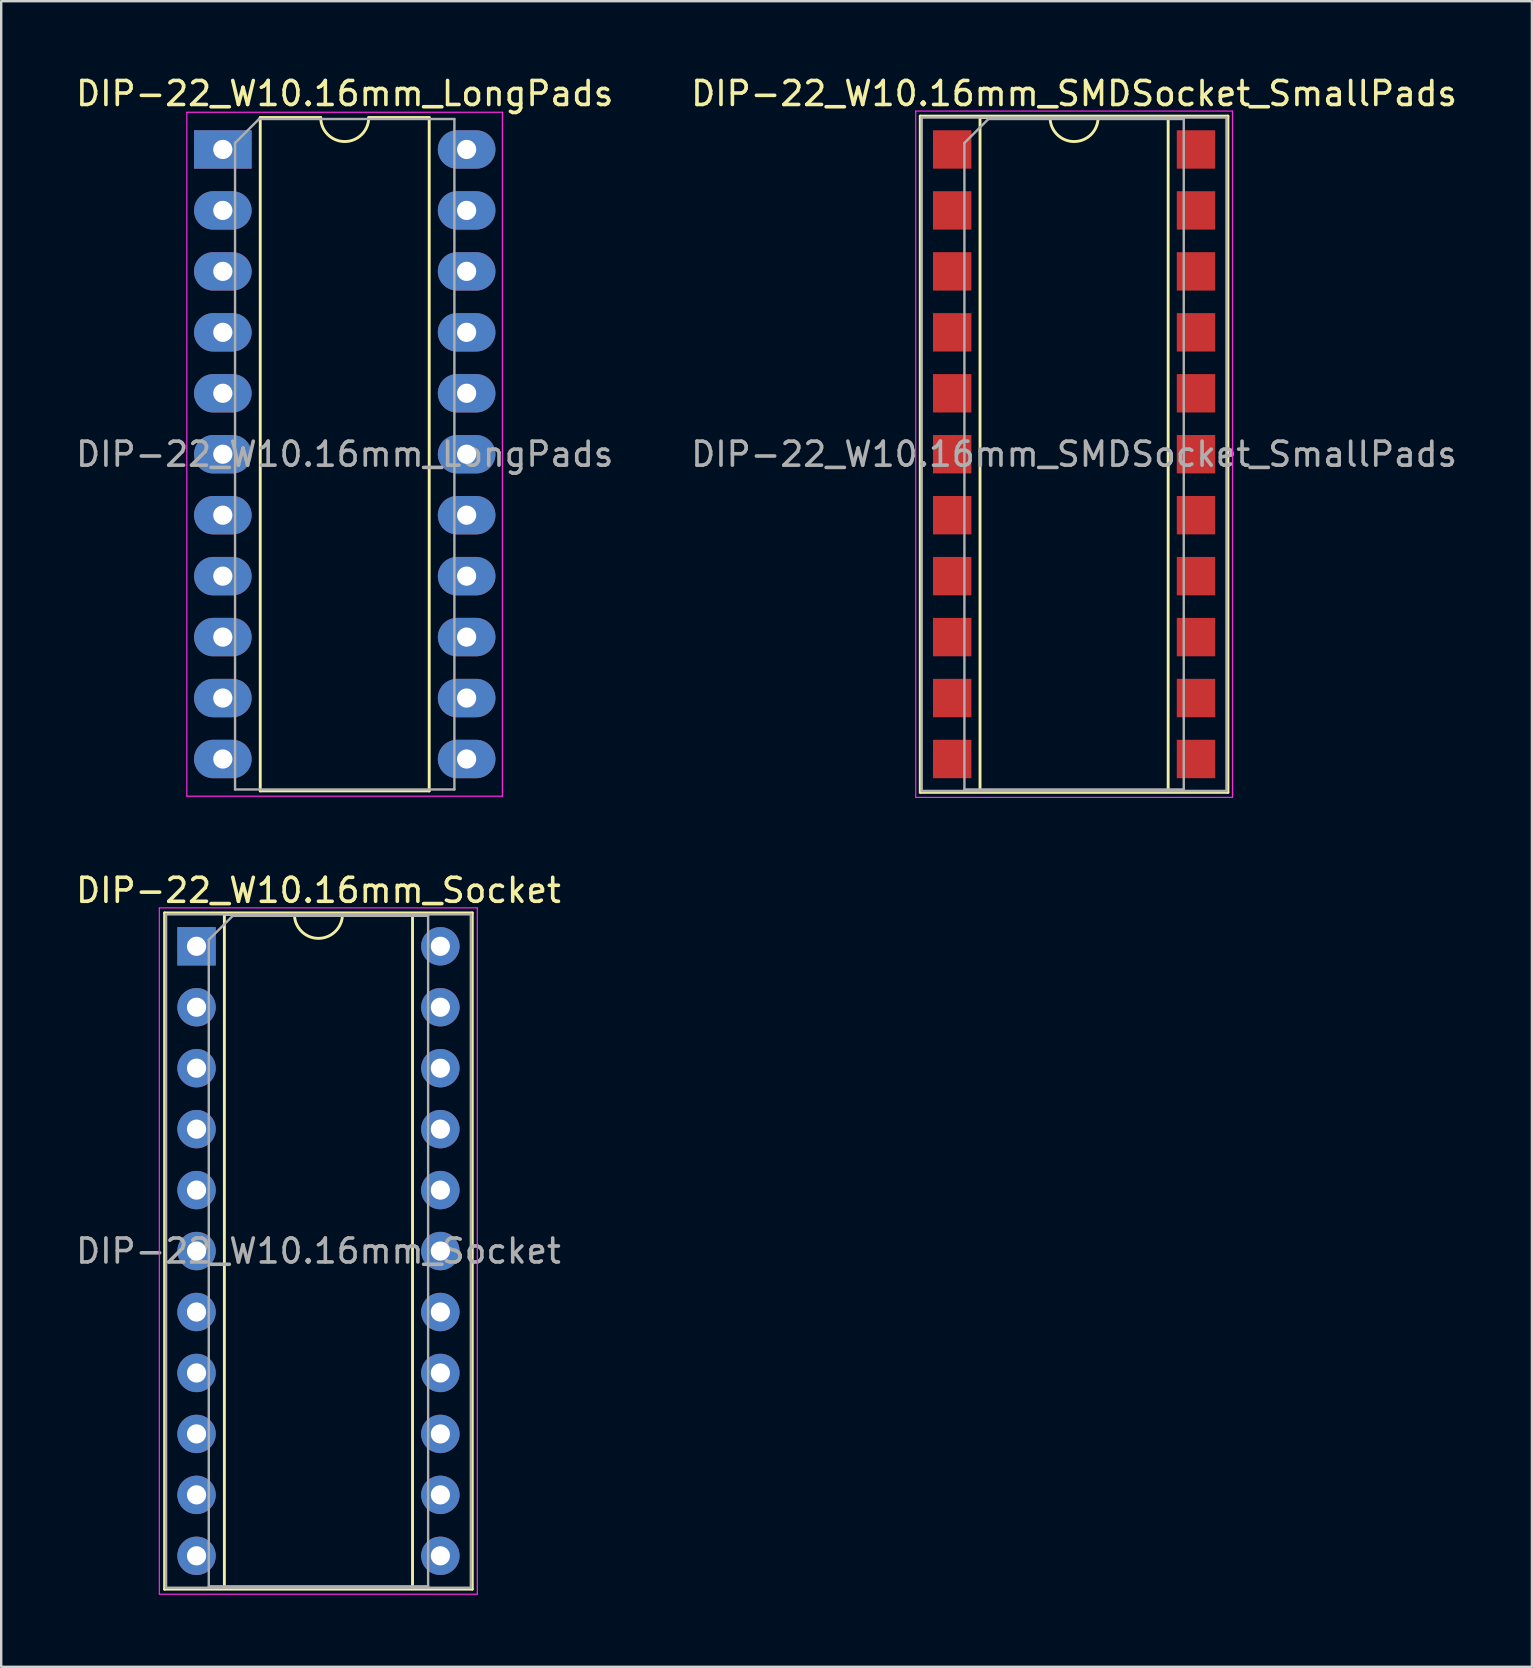
<source format=kicad_pcb>
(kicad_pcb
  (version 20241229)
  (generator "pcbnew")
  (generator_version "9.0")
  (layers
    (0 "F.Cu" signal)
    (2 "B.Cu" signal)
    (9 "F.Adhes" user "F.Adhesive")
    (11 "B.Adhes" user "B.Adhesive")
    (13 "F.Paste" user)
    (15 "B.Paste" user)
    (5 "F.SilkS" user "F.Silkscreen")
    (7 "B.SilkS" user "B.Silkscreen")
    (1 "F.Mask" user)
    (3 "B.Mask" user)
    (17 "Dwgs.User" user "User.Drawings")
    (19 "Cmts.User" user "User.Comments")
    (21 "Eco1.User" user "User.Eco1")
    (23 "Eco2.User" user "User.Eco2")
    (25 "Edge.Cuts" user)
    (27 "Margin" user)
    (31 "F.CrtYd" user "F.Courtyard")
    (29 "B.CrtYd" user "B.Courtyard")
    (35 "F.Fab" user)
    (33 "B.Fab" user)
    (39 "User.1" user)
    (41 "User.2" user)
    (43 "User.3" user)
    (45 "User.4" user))
  (footprint "DIP-22_W10.16mm_SMDSocket_SmallPads"
    (layer "F.Cu")
    (at 41.708 15.878)
    (property "Reference" "DIP-22_W10.16mm_SMDSocket_SmallPads" (at 0 -15.03 0) (layer "F.SilkS") (effects (font (size 1 1) (thickness 0.15))))
    (attr smd)
    (fp_line (start -6.41 -14.09) (end -6.41 14.09) (stroke (width 0.12) (type solid)) (layer "F.SilkS"))
    (fp_line (start -6.41 14.09) (end 6.41 14.09) (stroke (width 0.12) (type solid)) (layer "F.SilkS"))
    (fp_line (start -3.92 -14.03) (end -3.92 14.03) (stroke (width 0.12) (type solid)) (layer "F.SilkS"))
    (fp_line (start -3.92 14.03) (end 3.92 14.03) (stroke (width 0.12) (type solid)) (layer "F.SilkS"))
    (fp_line (start -1 -14.03) (end -3.92 -14.03) (stroke (width 0.12) (type solid)) (layer "F.SilkS"))
    (fp_line (start 3.92 -14.03) (end 1 -14.03) (stroke (width 0.12) (type solid)) (layer "F.SilkS"))
    (fp_line (start 3.92 14.03) (end 3.92 -14.03) (stroke (width 0.12) (type solid)) (layer "F.SilkS"))
    (fp_line (start 6.41 -14.09) (end -6.41 -14.09) (stroke (width 0.12) (type solid)) (layer "F.SilkS"))
    (fp_line (start 6.41 14.09) (end 6.41 -14.09) (stroke (width 0.12) (type solid)) (layer "F.SilkS"))
    (fp_arc (start 1 -14.03) (mid 0 -13.03) (end -1 -14.03) (stroke (width 0.12) (type solid)) (layer "F.SilkS"))
    (fp_line (start -6.6 -14.3) (end -6.6 14.3) (stroke (width 0.05) (type solid)) (layer "F.CrtYd"))
    (fp_line (start -6.6 14.3) (end 6.6 14.3) (stroke (width 0.05) (type solid)) (layer "F.CrtYd"))
    (fp_line (start 6.6 -14.3) (end -6.6 -14.3) (stroke (width 0.05) (type solid)) (layer "F.CrtYd"))
    (fp_line (start 6.6 14.3) (end 6.6 -14.3) (stroke (width 0.05) (type solid)) (layer "F.CrtYd"))
    (fp_line (start -6.35 -14.03) (end -6.35 14.03) (stroke (width 0.1) (type solid)) (layer "F.Fab"))
    (fp_line (start -6.35 14.03) (end 6.35 14.03) (stroke (width 0.1) (type solid)) (layer "F.Fab"))
    (fp_line (start -4.57 -12.97) (end -3.57 -13.97) (stroke (width 0.1) (type solid)) (layer "F.Fab"))
    (fp_line (start -4.57 13.97) (end -4.57 -12.97) (stroke (width 0.1) (type solid)) (layer "F.Fab"))
    (fp_line (start -3.57 -13.97) (end 4.57 -13.97) (stroke (width 0.1) (type solid)) (layer "F.Fab"))
    (fp_line (start 4.57 -13.97) (end 4.57 13.97) (stroke (width 0.1) (type solid)) (layer "F.Fab"))
    (fp_line (start 4.57 13.97) (end -4.57 13.97) (stroke (width 0.1) (type solid)) (layer "F.Fab"))
    (fp_line (start 6.35 -14.03) (end -6.35 -14.03) (stroke (width 0.1) (type solid)) (layer "F.Fab"))
    (fp_line (start 6.35 14.03) (end 6.35 -14.03) (stroke (width 0.1) (type solid)) (layer "F.Fab"))
    (fp_text user "${REFERENCE}" (at 0 0 0) (layer "F.Fab") (effects (font (size 1 1) (thickness 0.15))))
    (pad "1" smd rect (at -5.08 -12.7) (size 1.6 1.6) (layers "F.Cu" "F.Mask" "F.Paste"))
    (pad "2" smd rect (at -5.08 -10.16) (size 1.6 1.6) (layers "F.Cu" "F.Mask" "F.Paste"))
    (pad "3" smd rect (at -5.08 -7.62) (size 1.6 1.6) (layers "F.Cu" "F.Mask" "F.Paste"))
    (pad "4" smd rect (at -5.08 -5.08) (size 1.6 1.6) (layers "F.Cu" "F.Mask" "F.Paste"))
    (pad "5" smd rect (at -5.08 -2.54) (size 1.6 1.6) (layers "F.Cu" "F.Mask" "F.Paste"))
    (pad "6" smd rect (at -5.08 0) (size 1.6 1.6) (layers "F.Cu" "F.Mask" "F.Paste"))
    (pad "7" smd rect (at -5.08 2.54) (size 1.6 1.6) (layers "F.Cu" "F.Mask" "F.Paste"))
    (pad "8" smd rect (at -5.08 5.08) (size 1.6 1.6) (layers "F.Cu" "F.Mask" "F.Paste"))
    (pad "9" smd rect (at -5.08 7.62) (size 1.6 1.6) (layers "F.Cu" "F.Mask" "F.Paste"))
    (pad "10" smd rect (at -5.08 10.16) (size 1.6 1.6) (layers "F.Cu" "F.Mask" "F.Paste"))
    (pad "11" smd rect (at -5.08 12.7) (size 1.6 1.6) (layers "F.Cu" "F.Mask" "F.Paste"))
    (pad "12" smd rect (at 5.08 12.7) (size 1.6 1.6) (layers "F.Cu" "F.Mask" "F.Paste"))
    (pad "13" smd rect (at 5.08 10.16) (size 1.6 1.6) (layers "F.Cu" "F.Mask" "F.Paste"))
    (pad "14" smd rect (at 5.08 7.62) (size 1.6 1.6) (layers "F.Cu" "F.Mask" "F.Paste"))
    (pad "15" smd rect (at 5.08 5.08) (size 1.6 1.6) (layers "F.Cu" "F.Mask" "F.Paste"))
    (pad "16" smd rect (at 5.08 2.54) (size 1.6 1.6) (layers "F.Cu" "F.Mask" "F.Paste"))
    (pad "17" smd rect (at 5.08 0) (size 1.6 1.6) (layers "F.Cu" "F.Mask" "F.Paste"))
    (pad "18" smd rect (at 5.08 -2.54) (size 1.6 1.6) (layers "F.Cu" "F.Mask" "F.Paste"))
    (pad "19" smd rect (at 5.08 -5.08) (size 1.6 1.6) (layers "F.Cu" "F.Mask" "F.Paste"))
    (pad "20" smd rect (at 5.08 -7.62) (size 1.6 1.6) (layers "F.Cu" "F.Mask" "F.Paste"))
    (pad "21" smd rect (at 5.08 -10.16) (size 1.6 1.6) (layers "F.Cu" "F.Mask" "F.Paste"))
    (pad "22" smd rect (at 5.08 -12.7) (size 1.6 1.6) (layers "F.Cu" "F.Mask" "F.Paste")))
  (footprint "DIP-22_W10.16mm_LongPads"
    (layer "F.Cu")
    (at 6.235 3.178)
    (property "Reference" "DIP-22_W10.16mm_LongPads" (at 5.08 -2.33 0) (layer "F.SilkS") (effects (font (size 1 1) (thickness 0.15))))
    (attr through_hole)
    (fp_line (start 1.56 -1.33) (end 1.56 26.73) (stroke (width 0.12) (type solid)) (layer "F.SilkS"))
    (fp_line (start 1.56 26.73) (end 8.6 26.73) (stroke (width 0.12) (type solid)) (layer "F.SilkS"))
    (fp_line (start 4.08 -1.33) (end 1.56 -1.33) (stroke (width 0.12) (type solid)) (layer "F.SilkS"))
    (fp_line (start 8.6 -1.33) (end 6.08 -1.33) (stroke (width 0.12) (type solid)) (layer "F.SilkS"))
    (fp_line (start 8.6 26.73) (end 8.6 -1.33) (stroke (width 0.12) (type solid)) (layer "F.SilkS"))
    (fp_arc (start 6.08 -1.33) (mid 5.08 -0.33) (end 4.08 -1.33) (stroke (width 0.12) (type solid)) (layer "F.SilkS"))
    (fp_line (start -1.5 -1.55) (end -1.5 26.95) (stroke (width 0.05) (type solid)) (layer "F.CrtYd"))
    (fp_line (start -1.5 26.95) (end 11.65 26.95) (stroke (width 0.05) (type solid)) (layer "F.CrtYd"))
    (fp_line (start 11.65 -1.55) (end -1.5 -1.55) (stroke (width 0.05) (type solid)) (layer "F.CrtYd"))
    (fp_line (start 11.65 26.95) (end 11.65 -1.55) (stroke (width 0.05) (type solid)) (layer "F.CrtYd"))
    (fp_line (start 0.51 -0.27) (end 1.51 -1.27) (stroke (width 0.1) (type solid)) (layer "F.Fab"))
    (fp_line (start 0.51 26.67) (end 0.51 -0.27) (stroke (width 0.1) (type solid)) (layer "F.Fab"))
    (fp_line (start 1.51 -1.27) (end 9.65 -1.27) (stroke (width 0.1) (type solid)) (layer "F.Fab"))
    (fp_line (start 9.65 -1.27) (end 9.65 26.67) (stroke (width 0.1) (type solid)) (layer "F.Fab"))
    (fp_line (start 9.65 26.67) (end 0.51 26.67) (stroke (width 0.1) (type solid)) (layer "F.Fab"))
    (fp_text user "${REFERENCE}" (at 5.08 12.7 0) (layer "F.Fab") (effects (font (size 1 1) (thickness 0.15))))
    (pad "1" thru_hole rect (at 0 0) (size 2.4 1.6) (drill 0.8) (layers "*.Cu" "*.Mask"))
    (pad "2" thru_hole oval (at 0 2.54) (size 2.4 1.6) (drill 0.8) (layers "*.Cu" "*.Mask"))
    (pad "3" thru_hole oval (at 0 5.08) (size 2.4 1.6) (drill 0.8) (layers "*.Cu" "*.Mask"))
    (pad "4" thru_hole oval (at 0 7.62) (size 2.4 1.6) (drill 0.8) (layers "*.Cu" "*.Mask"))
    (pad "5" thru_hole oval (at 0 10.16) (size 2.4 1.6) (drill 0.8) (layers "*.Cu" "*.Mask"))
    (pad "6" thru_hole oval (at 0 12.7) (size 2.4 1.6) (drill 0.8) (layers "*.Cu" "*.Mask"))
    (pad "7" thru_hole oval (at 0 15.24) (size 2.4 1.6) (drill 0.8) (layers "*.Cu" "*.Mask"))
    (pad "8" thru_hole oval (at 0 17.78) (size 2.4 1.6) (drill 0.8) (layers "*.Cu" "*.Mask"))
    (pad "9" thru_hole oval (at 0 20.32) (size 2.4 1.6) (drill 0.8) (layers "*.Cu" "*.Mask"))
    (pad "10" thru_hole oval (at 0 22.86) (size 2.4 1.6) (drill 0.8) (layers "*.Cu" "*.Mask"))
    (pad "11" thru_hole oval (at 0 25.4) (size 2.4 1.6) (drill 0.8) (layers "*.Cu" "*.Mask"))
    (pad "12" thru_hole oval (at 10.16 25.4) (size 2.4 1.6) (drill 0.8) (layers "*.Cu" "*.Mask"))
    (pad "13" thru_hole oval (at 10.16 22.86) (size 2.4 1.6) (drill 0.8) (layers "*.Cu" "*.Mask"))
    (pad "14" thru_hole oval (at 10.16 20.32) (size 2.4 1.6) (drill 0.8) (layers "*.Cu" "*.Mask"))
    (pad "15" thru_hole oval (at 10.16 17.78) (size 2.4 1.6) (drill 0.8) (layers "*.Cu" "*.Mask"))
    (pad "16" thru_hole oval (at 10.16 15.24) (size 2.4 1.6) (drill 0.8) (layers "*.Cu" "*.Mask"))
    (pad "17" thru_hole oval (at 10.16 12.7) (size 2.4 1.6) (drill 0.8) (layers "*.Cu" "*.Mask"))
    (pad "18" thru_hole oval (at 10.16 10.16) (size 2.4 1.6) (drill 0.8) (layers "*.Cu" "*.Mask"))
    (pad "19" thru_hole oval (at 10.16 7.62) (size 2.4 1.6) (drill 0.8) (layers "*.Cu" "*.Mask"))
    (pad "20" thru_hole oval (at 10.16 5.08) (size 2.4 1.6) (drill 0.8) (layers "*.Cu" "*.Mask"))
    (pad "21" thru_hole oval (at 10.16 2.54) (size 2.4 1.6) (drill 0.8) (layers "*.Cu" "*.Mask"))
    (pad "22" thru_hole oval (at 10.16 0) (size 2.4 1.6) (drill 0.8) (layers "*.Cu" "*.Mask")))
  (footprint "DIP-22_W10.16mm_Socket"
    (layer "F.Cu")
    (at 5.14 36.382)
    (property "Reference" "DIP-22_W10.16mm_Socket" (at 5.08 -2.33 0) (layer "F.SilkS") (effects (font (size 1 1) (thickness 0.15))))
    (attr through_hole)
    (fp_line (start -1.33 -1.39) (end -1.33 26.79) (stroke (width 0.12) (type solid)) (layer "F.SilkS"))
    (fp_line (start -1.33 26.79) (end 11.49 26.79) (stroke (width 0.12) (type solid)) (layer "F.SilkS"))
    (fp_line (start 1.16 -1.33) (end 1.16 26.73) (stroke (width 0.12) (type solid)) (layer "F.SilkS"))
    (fp_line (start 1.16 26.73) (end 9 26.73) (stroke (width 0.12) (type solid)) (layer "F.SilkS"))
    (fp_line (start 4.08 -1.33) (end 1.16 -1.33) (stroke (width 0.12) (type solid)) (layer "F.SilkS"))
    (fp_line (start 9 -1.33) (end 6.08 -1.33) (stroke (width 0.12) (type solid)) (layer "F.SilkS"))
    (fp_line (start 9 26.73) (end 9 -1.33) (stroke (width 0.12) (type solid)) (layer "F.SilkS"))
    (fp_line (start 11.49 -1.39) (end -1.33 -1.39) (stroke (width 0.12) (type solid)) (layer "F.SilkS"))
    (fp_line (start 11.49 26.79) (end 11.49 -1.39) (stroke (width 0.12) (type solid)) (layer "F.SilkS"))
    (fp_arc (start 6.08 -1.33) (mid 5.08 -0.33) (end 4.08 -1.33) (stroke (width 0.12) (type solid)) (layer "F.SilkS"))
    (fp_line (start -1.55 -1.6) (end -1.55 27) (stroke (width 0.05) (type solid)) (layer "F.CrtYd"))
    (fp_line (start -1.55 27) (end 11.7 27) (stroke (width 0.05) (type solid)) (layer "F.CrtYd"))
    (fp_line (start 11.7 -1.6) (end -1.55 -1.6) (stroke (width 0.05) (type solid)) (layer "F.CrtYd"))
    (fp_line (start 11.7 27) (end 11.7 -1.6) (stroke (width 0.05) (type solid)) (layer "F.CrtYd"))
    (fp_line (start -1.27 -1.33) (end -1.27 26.73) (stroke (width 0.1) (type solid)) (layer "F.Fab"))
    (fp_line (start -1.27 26.73) (end 11.43 26.73) (stroke (width 0.1) (type solid)) (layer "F.Fab"))
    (fp_line (start 0.51 -0.27) (end 1.51 -1.27) (stroke (width 0.1) (type solid)) (layer "F.Fab"))
    (fp_line (start 0.51 26.67) (end 0.51 -0.27) (stroke (width 0.1) (type solid)) (layer "F.Fab"))
    (fp_line (start 1.51 -1.27) (end 9.65 -1.27) (stroke (width 0.1) (type solid)) (layer "F.Fab"))
    (fp_line (start 9.65 -1.27) (end 9.65 26.67) (stroke (width 0.1) (type solid)) (layer "F.Fab"))
    (fp_line (start 9.65 26.67) (end 0.51 26.67) (stroke (width 0.1) (type solid)) (layer "F.Fab"))
    (fp_line (start 11.43 -1.33) (end -1.27 -1.33) (stroke (width 0.1) (type solid)) (layer "F.Fab"))
    (fp_line (start 11.43 26.73) (end 11.43 -1.33) (stroke (width 0.1) (type solid)) (layer "F.Fab"))
    (fp_text user "${REFERENCE}" (at 5.08 12.7 0) (layer "F.Fab") (effects (font (size 1 1) (thickness 0.15))))
    (pad "1" thru_hole rect (at 0 0) (size 1.6 1.6) (drill 0.8) (layers "*.Cu" "*.Mask"))
    (pad "2" thru_hole oval (at 0 2.54) (size 1.6 1.6) (drill 0.8) (layers "*.Cu" "*.Mask"))
    (pad "3" thru_hole oval (at 0 5.08) (size 1.6 1.6) (drill 0.8) (layers "*.Cu" "*.Mask"))
    (pad "4" thru_hole oval (at 0 7.62) (size 1.6 1.6) (drill 0.8) (layers "*.Cu" "*.Mask"))
    (pad "5" thru_hole oval (at 0 10.16) (size 1.6 1.6) (drill 0.8) (layers "*.Cu" "*.Mask"))
    (pad "6" thru_hole oval (at 0 12.7) (size 1.6 1.6) (drill 0.8) (layers "*.Cu" "*.Mask"))
    (pad "7" thru_hole oval (at 0 15.24) (size 1.6 1.6) (drill 0.8) (layers "*.Cu" "*.Mask"))
    (pad "8" thru_hole oval (at 0 17.78) (size 1.6 1.6) (drill 0.8) (layers "*.Cu" "*.Mask"))
    (pad "9" thru_hole oval (at 0 20.32) (size 1.6 1.6) (drill 0.8) (layers "*.Cu" "*.Mask"))
    (pad "10" thru_hole oval (at 0 22.86) (size 1.6 1.6) (drill 0.8) (layers "*.Cu" "*.Mask"))
    (pad "11" thru_hole oval (at 0 25.4) (size 1.6 1.6) (drill 0.8) (layers "*.Cu" "*.Mask"))
    (pad "12" thru_hole oval (at 10.16 25.4) (size 1.6 1.6) (drill 0.8) (layers "*.Cu" "*.Mask"))
    (pad "13" thru_hole oval (at 10.16 22.86) (size 1.6 1.6) (drill 0.8) (layers "*.Cu" "*.Mask"))
    (pad "14" thru_hole oval (at 10.16 20.32) (size 1.6 1.6) (drill 0.8) (layers "*.Cu" "*.Mask"))
    (pad "15" thru_hole oval (at 10.16 17.78) (size 1.6 1.6) (drill 0.8) (layers "*.Cu" "*.Mask"))
    (pad "16" thru_hole oval (at 10.16 15.24) (size 1.6 1.6) (drill 0.8) (layers "*.Cu" "*.Mask"))
    (pad "17" thru_hole oval (at 10.16 12.7) (size 1.6 1.6) (drill 0.8) (layers "*.Cu" "*.Mask"))
    (pad "18" thru_hole oval (at 10.16 10.16) (size 1.6 1.6) (drill 0.8) (layers "*.Cu" "*.Mask"))
    (pad "19" thru_hole oval (at 10.16 7.62) (size 1.6 1.6) (drill 0.8) (layers "*.Cu" "*.Mask"))
    (pad "20" thru_hole oval (at 10.16 5.08) (size 1.6 1.6) (drill 0.8) (layers "*.Cu" "*.Mask"))
    (pad "21" thru_hole oval (at 10.16 2.54) (size 1.6 1.6) (drill 0.8) (layers "*.Cu" "*.Mask"))
    (pad "22" thru_hole oval (at 10.16 0) (size 1.6 1.6) (drill 0.8) (layers "*.Cu" "*.Mask")))
  (gr_rect
    (start -3 -3)
    (end 60.786 66.406)
    (stroke (width 0.1) (type default))
    (fill no)
    (layer "Edge.Cuts")))
</source>
